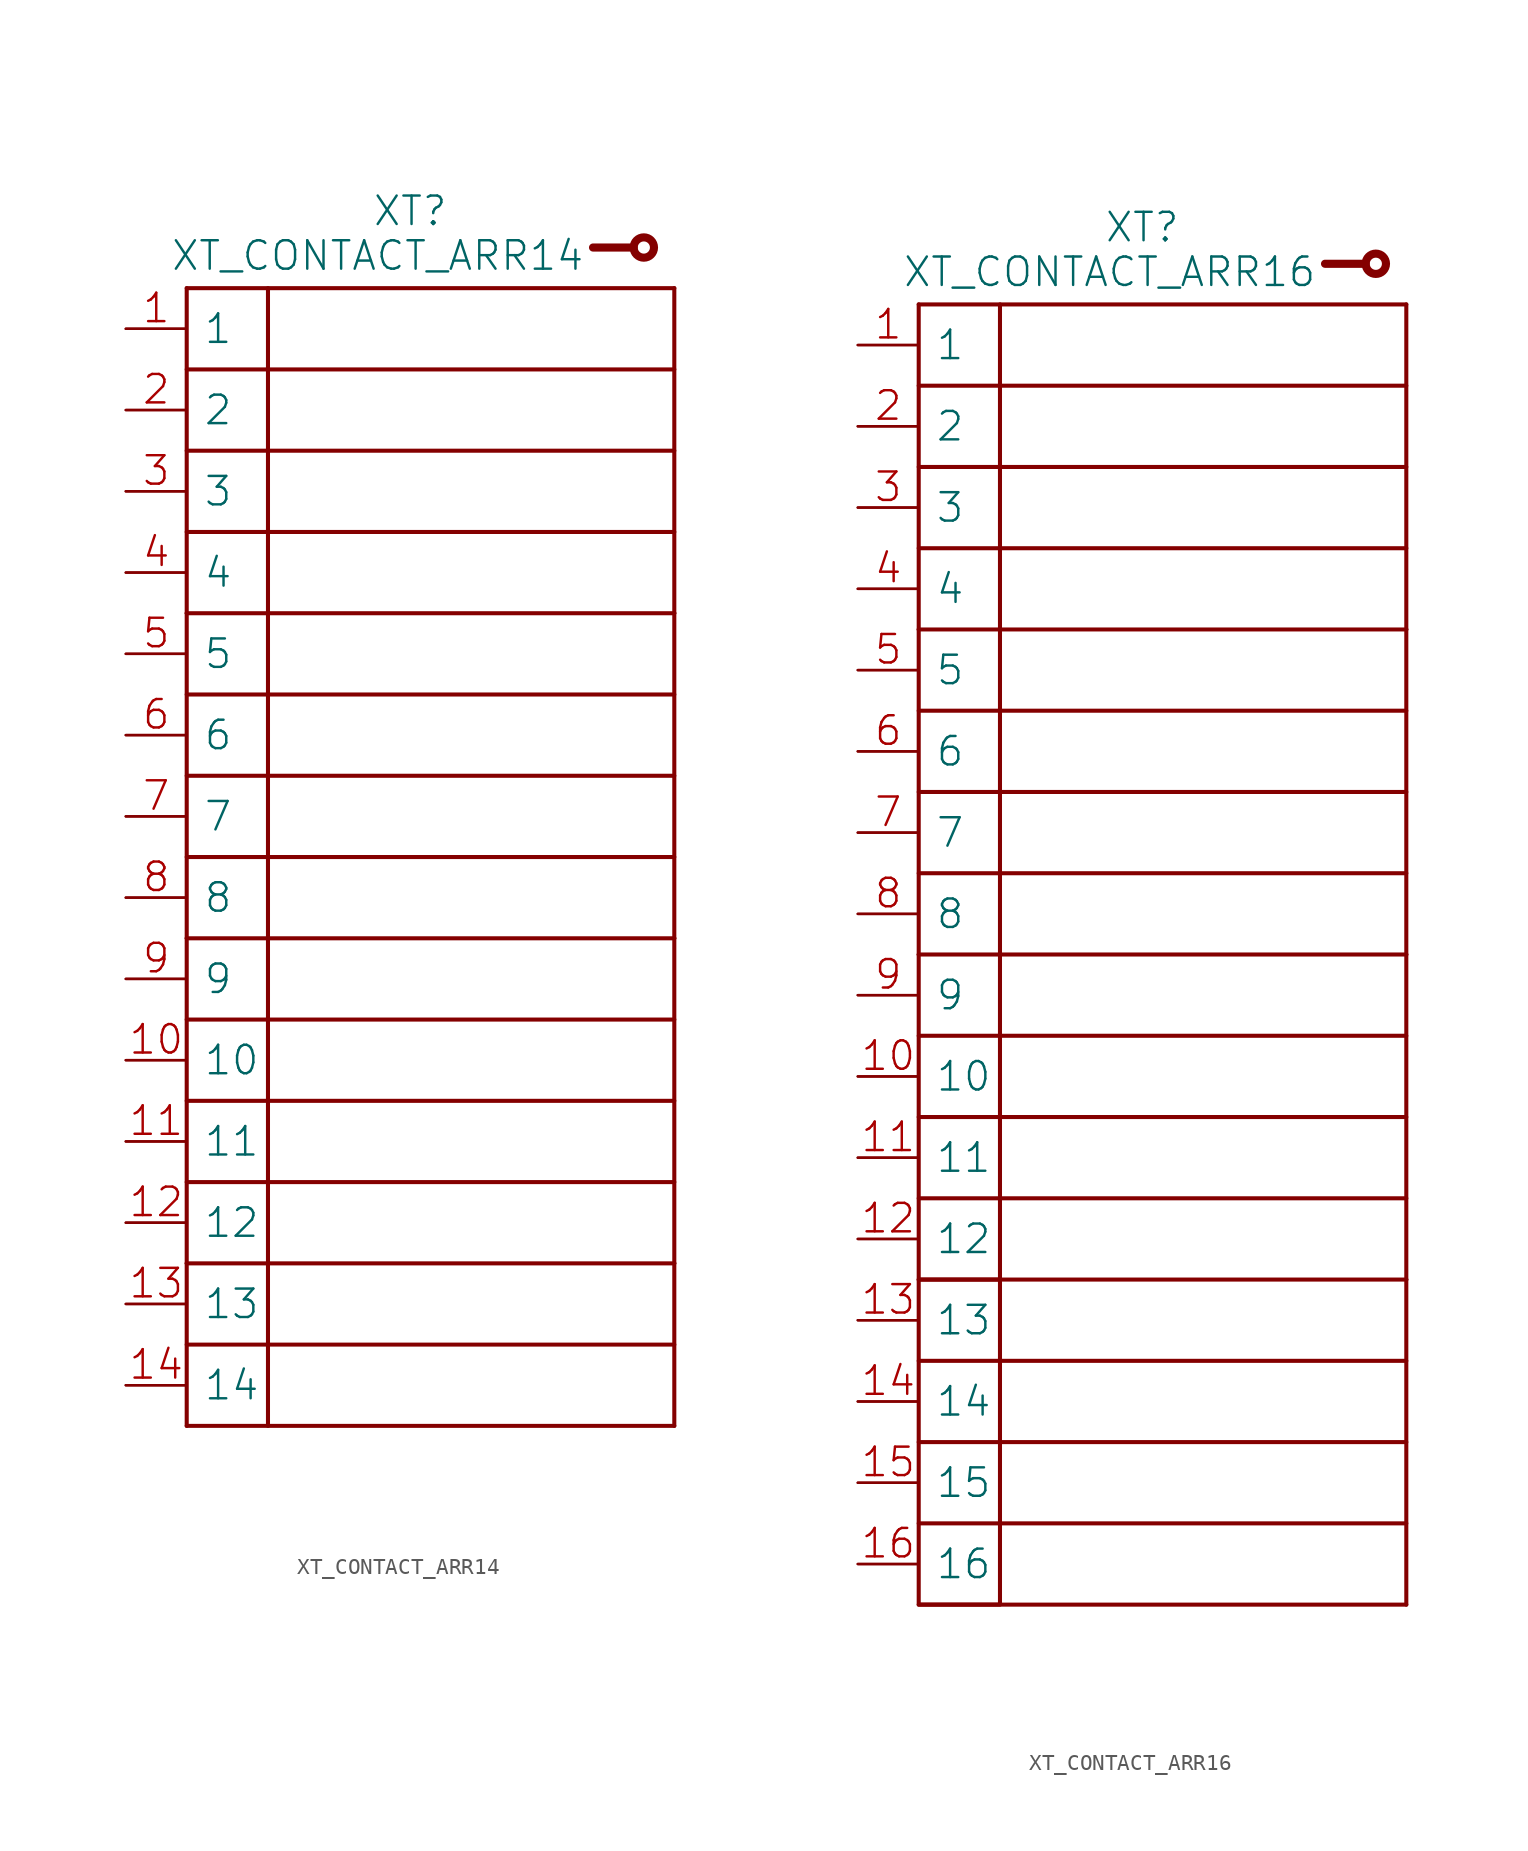
<source format=kicad_sym>
(kicad_symbol_lib
  (version 20211014)
  (generator kicad_symbol_editor)
  (symbol "XT_CONTACT_ARR14"
    (pin_names
      (offset 1.016))
    (property "Reference" "XT"
      (at 0 14.986 0)
      (effects (font (size 1.778 1.778))))
    (property "Value" "XT_CONTACT_ARR14"
      (at -2.032 12.192 0)
      (effects (font (size 1.778 1.778))))
    (symbol "XT_CONTACT_ARR14_0_1"
      (polyline (pts (xy -13.97 -50.8) (xy -13.97 -60.96)) (stroke (width 0.254) (type default) (color 0 0 0 0)) (fill (type none)))
      (polyline (pts (xy -8.89 -50.8) (xy -8.89 -60.96)) (stroke (width 0.254) (type default) (color 0 0 0 0)) (fill (type none)))
      (polyline (pts (xy 16.51 -60.96) (xy 16.51 -50.8)) (stroke (width 0.254) (type default) (color 0 0 0 0)) (fill (type none)))
      (pin passive line (at -17.78 2.54 0) (length 3.81) (name "2" (effects (font (size 1.778 1.778)))) (number "2" (effects (font (size 1.778 1.778))))))
    (symbol "XT_CONTACT_ARR14_1_1"
      (polyline (pts (xy -17.78 -58.42) (xy -13.97 -58.42)) (stroke (width 0) (type default) (color 0 0 0 0)) (fill (type none)))
      (polyline (pts (xy -17.78 -53.34) (xy -13.97 -53.34)) (stroke (width 0) (type default) (color 0 0 0 0)) (fill (type none)))
      (polyline (pts (xy -17.78 -48.26) (xy -13.97 -48.26)) (stroke (width 0) (type default) (color 0 0 0 0)) (fill (type none)))
      (polyline (pts (xy -17.78 -43.18) (xy -13.97 -43.18)) (stroke (width 0) (type default) (color 0 0 0 0)) (fill (type none)))
      (polyline (pts (xy -17.78 -38.1) (xy -13.97 -38.1)) (stroke (width 0) (type default) (color 0 0 0 0)) (fill (type none)))
      (polyline (pts (xy -17.78 -33.02) (xy -13.97 -33.02)) (stroke (width 0) (type default) (color 0 0 0 0)) (fill (type none)))
      (polyline (pts (xy -17.78 -27.94) (xy -13.97 -27.94)) (stroke (width 0) (type default) (color 0 0 0 0)) (fill (type none)))
      (polyline (pts (xy -17.78 -22.86) (xy -13.97 -22.86)) (stroke (width 0) (type default) (color 0 0 0 0)) (fill (type none)))
      (polyline (pts (xy -17.78 -17.78) (xy -13.97 -17.78)) (stroke (width 0) (type default) (color 0 0 0 0)) (fill (type none)))
      (polyline (pts (xy -17.78 -12.7) (xy -13.97 -12.7)) (stroke (width 0) (type default) (color 0 0 0 0)) (fill (type none)))
      (polyline (pts (xy -17.78 -7.62) (xy -13.97 -7.62)) (stroke (width 0) (type default) (color 0 0 0 0)) (fill (type none)))
      (polyline (pts (xy -17.78 -2.54) (xy -13.97 -2.54)) (stroke (width 0) (type default) (color 0 0 0 0)) (fill (type none)))
      (polyline (pts (xy -17.78 2.54) (xy -13.97 2.54)) (stroke (width 0) (type default) (color 0 0 0 0)) (fill (type none)))
      (polyline (pts (xy -17.78 7.62) (xy -13.97 7.62)) (stroke (width 0) (type default) (color 0 0 0 0)) (fill (type none)))
      (polyline (pts (xy -13.97 -60.96) (xy 16.51 -60.96)) (stroke (width 0.254) (type default) (color 0 0 0 0)) (fill (type none)))
      (polyline (pts (xy -13.97 -55.88) (xy 16.51 -55.88)) (stroke (width 0.254) (type default) (color 0 0 0 0)) (fill (type none)))
      (polyline (pts (xy -13.97 -50.8) (xy 16.51 -50.8)) (stroke (width 0.254) (type default) (color 0 0 0 0)) (fill (type none)))
      (polyline (pts (xy -13.97 -45.72) (xy 16.51 -45.72)) (stroke (width 0.254) (type default) (color 0 0 0 0)) (fill (type none)))
      (polyline (pts (xy -13.97 -40.64) (xy 16.51 -40.64)) (stroke (width 0.254) (type default) (color 0 0 0 0)) (fill (type none)))
      (polyline (pts (xy -13.97 -35.56) (xy 16.51 -35.56)) (stroke (width 0.254) (type default) (color 0 0 0 0)) (fill (type none)))
      (polyline (pts (xy -13.97 -30.48) (xy -13.97 -50.8)) (stroke (width 0.254) (type default) (color 0 0 0 0)) (fill (type none)))
      (polyline (pts (xy -13.97 -30.48) (xy 16.51 -30.48)) (stroke (width 0.254) (type default) (color 0 0 0 0)) (fill (type none)))
      (polyline (pts (xy -13.97 -25.4) (xy 16.51 -25.4)) (stroke (width 0.254) (type default) (color 0 0 0 0)) (fill (type none)))
      (polyline (pts (xy -13.97 -20.32) (xy 16.51 -20.32)) (stroke (width 0.254) (type default) (color 0 0 0 0)) (fill (type none)))
      (polyline (pts (xy -13.97 -15.24) (xy 16.51 -15.24)) (stroke (width 0.254) (type default) (color 0 0 0 0)) (fill (type none)))
      (polyline (pts (xy -13.97 -10.16) (xy -13.97 -30.48)) (stroke (width 0.254) (type default) (color 0 0 0 0)) (fill (type none)))
      (polyline (pts (xy -13.97 -10.16) (xy 16.51 -10.16)) (stroke (width 0.254) (type default) (color 0 0 0 0)) (fill (type none)))
      (polyline (pts (xy -13.97 -5.08) (xy 16.51 -5.08)) (stroke (width 0.254) (type default) (color 0 0 0 0)) (fill (type none)))
      (polyline (pts (xy -13.97 0) (xy 16.51 0)) (stroke (width 0.254) (type default) (color 0 0 0 0)) (fill (type none)))
      (polyline (pts (xy -13.97 5.08) (xy 16.51 5.08)) (stroke (width 0.254) (type default) (color 0 0 0 0)) (fill (type none)))
      (polyline (pts (xy -13.97 10.16) (xy -13.97 -10.16)) (stroke (width 0.254) (type default) (color 0 0 0 0)) (fill (type none)))
      (polyline (pts (xy -13.97 10.16) (xy 16.51 10.16)) (stroke (width 0.254) (type default) (color 0 0 0 0)) (fill (type none)))
      (polyline (pts (xy -8.89 -30.48) (xy -8.89 -50.8)) (stroke (width 0.254) (type default) (color 0 0 0 0)) (fill (type none)))
      (polyline (pts (xy -8.89 -10.16) (xy -8.89 -30.48)) (stroke (width 0.254) (type default) (color 0 0 0 0)) (fill (type none)))
      (polyline (pts (xy -8.89 10.16) (xy -8.89 -10.16)) (stroke (width 0.254) (type default) (color 0 0 0 0)) (fill (type none)))
      (polyline (pts (xy 13.97 12.7) (xy 11.43 12.7)) (stroke (width 0.508) (type default) (color 0 0 0 0)) (fill (type none)))
      (polyline (pts (xy 16.51 -30.48) (xy 16.51 -50.8)) (stroke (width 0.254) (type default) (color 0 0 0 0)) (fill (type none)))
      (polyline (pts (xy 16.51 -10.16) (xy 16.51 -30.48)) (stroke (width 0.254) (type default) (color 0 0 0 0)) (fill (type none)))
      (polyline (pts (xy 16.51 10.16) (xy 16.51 -10.16)) (stroke (width 0.254) (type default) (color 0 0 0 0)) (fill (type none)))
      (circle (center 14.605 12.7) (radius 0.635) (stroke (width 0.508) (type default) (color 0 0 0 0)) (fill (type none)))
      (pin passive line (at -17.78 7.62 0) (length 3.81) (name "1" (effects (font (size 1.778 1.778)))) (number "1" (effects (font (size 1.778 1.778)))))
      (pin passive line (at -17.78 -38.1 0) (length 3.81) (name "10" (effects (font (size 1.778 1.778)))) (number "10" (effects (font (size 1.778 1.778)))))
      (pin passive line (at -17.78 -43.18 0) (length 3.81) (name "11" (effects (font (size 1.778 1.778)))) (number "11" (effects (font (size 1.778 1.778)))))
      (pin passive line (at -17.78 -48.26 0) (length 3.81) (name "12" (effects (font (size 1.778 1.778)))) (number "12" (effects (font (size 1.778 1.778)))))
      (pin passive line (at -17.78 -53.34 0) (length 3.81) (name "13" (effects (font (size 1.778 1.778)))) (number "13" (effects (font (size 1.778 1.778)))))
      (pin passive line (at -17.78 -58.42 0) (length 3.81) (name "14" (effects (font (size 1.778 1.778)))) (number "14" (effects (font (size 1.778 1.778)))))
      (pin passive line (at -17.78 -2.54 0) (length 3.81) (name "3" (effects (font (size 1.778 1.778)))) (number "3" (effects (font (size 1.778 1.778)))))
      (pin passive line (at -17.78 -7.62 0) (length 3.81) (name "4" (effects (font (size 1.778 1.778)))) (number "4" (effects (font (size 1.778 1.778)))))
      (pin passive line (at -17.78 -12.7 0) (length 3.81) (name "5" (effects (font (size 1.778 1.778)))) (number "5" (effects (font (size 1.778 1.778)))))
      (pin passive line (at -17.78 -17.78 0) (length 3.81) (name "6" (effects (font (size 1.778 1.778)))) (number "6" (effects (font (size 1.778 1.778)))))
      (pin passive line (at -17.78 -22.86 0) (length 3.81) (name "7" (effects (font (size 1.778 1.778)))) (number "7" (effects (font (size 1.778 1.778)))))
      (pin passive line (at -17.78 -27.94 0) (length 3.81) (name "8" (effects (font (size 1.778 1.778)))) (number "8" (effects (font (size 1.778 1.778)))))
      (pin passive line (at -17.78 -33.02 0) (length 3.81) (name "9" (effects (font (size 1.778 1.778)))) (number "9" (effects (font (size 1.778 1.778)))))))
  (symbol "XT_CONTACT_ARR16"
    (pin_names
      (offset 1.016))
    (property "Reference" "XT"
      (at 0 14.986 0)
      (effects (font (size 1.778 1.778))))
    (property "Value" "XT_CONTACT_ARR16"
      (at -2.032 12.192 0)
      (effects (font (size 1.778 1.778))))
    (symbol "XT_CONTACT_ARR16_0_1"
      (rectangle (start -13.97 -50.8) (end -8.89 -71.12) (stroke (width 0.254) (type default) (color 0 0 0 0)) (fill (type none)))
      (polyline (pts (xy 16.51 -50.8) (xy 16.51 -71.12)) (stroke (width 0.254) (type default) (color 0 0 0 0)) (fill (type none)))
      (pin passive line (at -17.78 2.54 0) (length 3.81) (name "2" (effects (font (size 1.778 1.778)))) (number "2" (effects (font (size 1.778 1.778))))))
    (symbol "XT_CONTACT_ARR16_1_1"
      (polyline (pts (xy -17.78 -68.58) (xy -13.97 -68.58)) (stroke (width 0) (type default) (color 0 0 0 0)) (fill (type none)))
      (polyline (pts (xy -17.78 -63.5) (xy -13.97 -63.5)) (stroke (width 0) (type default) (color 0 0 0 0)) (fill (type none)))
      (polyline (pts (xy -17.78 -58.42) (xy -13.97 -58.42)) (stroke (width 0) (type default) (color 0 0 0 0)) (fill (type none)))
      (polyline (pts (xy -17.78 -53.34) (xy -13.97 -53.34)) (stroke (width 0) (type default) (color 0 0 0 0)) (fill (type none)))
      (polyline (pts (xy -17.78 -48.26) (xy -13.97 -48.26)) (stroke (width 0) (type default) (color 0 0 0 0)) (fill (type none)))
      (polyline (pts (xy -17.78 -43.18) (xy -13.97 -43.18)) (stroke (width 0) (type default) (color 0 0 0 0)) (fill (type none)))
      (polyline (pts (xy -17.78 -38.1) (xy -13.97 -38.1)) (stroke (width 0) (type default) (color 0 0 0 0)) (fill (type none)))
      (polyline (pts (xy -17.78 -33.02) (xy -13.97 -33.02)) (stroke (width 0) (type default) (color 0 0 0 0)) (fill (type none)))
      (polyline (pts (xy -17.78 -27.94) (xy -13.97 -27.94)) (stroke (width 0) (type default) (color 0 0 0 0)) (fill (type none)))
      (polyline (pts (xy -17.78 -22.86) (xy -13.97 -22.86)) (stroke (width 0) (type default) (color 0 0 0 0)) (fill (type none)))
      (polyline (pts (xy -17.78 -17.78) (xy -13.97 -17.78)) (stroke (width 0) (type default) (color 0 0 0 0)) (fill (type none)))
      (polyline (pts (xy -17.78 -12.7) (xy -13.97 -12.7)) (stroke (width 0) (type default) (color 0 0 0 0)) (fill (type none)))
      (polyline (pts (xy -17.78 -7.62) (xy -13.97 -7.62)) (stroke (width 0) (type default) (color 0 0 0 0)) (fill (type none)))
      (polyline (pts (xy -17.78 -2.54) (xy -13.97 -2.54)) (stroke (width 0) (type default) (color 0 0 0 0)) (fill (type none)))
      (polyline (pts (xy -17.78 2.54) (xy -13.97 2.54)) (stroke (width 0) (type default) (color 0 0 0 0)) (fill (type none)))
      (polyline (pts (xy -17.78 7.62) (xy -13.97 7.62)) (stroke (width 0) (type default) (color 0 0 0 0)) (fill (type none)))
      (polyline (pts (xy -13.97 -71.12) (xy 16.51 -71.12)) (stroke (width 0.254) (type default) (color 0 0 0 0)) (fill (type none)))
      (polyline (pts (xy -13.97 -66.04) (xy 16.51 -66.04)) (stroke (width 0.254) (type default) (color 0 0 0 0)) (fill (type none)))
      (polyline (pts (xy -13.97 -60.96) (xy 16.51 -60.96)) (stroke (width 0.254) (type default) (color 0 0 0 0)) (fill (type none)))
      (polyline (pts (xy -13.97 -55.88) (xy 16.51 -55.88)) (stroke (width 0.254) (type default) (color 0 0 0 0)) (fill (type none)))
      (polyline (pts (xy -13.97 -50.8) (xy 16.51 -50.8)) (stroke (width 0.254) (type default) (color 0 0 0 0)) (fill (type none)))
      (polyline (pts (xy -13.97 -45.72) (xy 16.51 -45.72)) (stroke (width 0.254) (type default) (color 0 0 0 0)) (fill (type none)))
      (polyline (pts (xy -13.97 -40.64) (xy 16.51 -40.64)) (stroke (width 0.254) (type default) (color 0 0 0 0)) (fill (type none)))
      (polyline (pts (xy -13.97 -35.56) (xy 16.51 -35.56)) (stroke (width 0.254) (type default) (color 0 0 0 0)) (fill (type none)))
      (polyline (pts (xy -13.97 -30.48) (xy -13.97 -50.8)) (stroke (width 0.254) (type default) (color 0 0 0 0)) (fill (type none)))
      (polyline (pts (xy -13.97 -30.48) (xy 16.51 -30.48)) (stroke (width 0.254) (type default) (color 0 0 0 0)) (fill (type none)))
      (polyline (pts (xy -13.97 -25.4) (xy 16.51 -25.4)) (stroke (width 0.254) (type default) (color 0 0 0 0)) (fill (type none)))
      (polyline (pts (xy -13.97 -20.32) (xy 16.51 -20.32)) (stroke (width 0.254) (type default) (color 0 0 0 0)) (fill (type none)))
      (polyline (pts (xy -13.97 -15.24) (xy 16.51 -15.24)) (stroke (width 0.254) (type default) (color 0 0 0 0)) (fill (type none)))
      (polyline (pts (xy -13.97 -10.16) (xy -13.97 -30.48)) (stroke (width 0.254) (type default) (color 0 0 0 0)) (fill (type none)))
      (polyline (pts (xy -13.97 -10.16) (xy 16.51 -10.16)) (stroke (width 0.254) (type default) (color 0 0 0 0)) (fill (type none)))
      (polyline (pts (xy -13.97 -5.08) (xy 16.51 -5.08)) (stroke (width 0.254) (type default) (color 0 0 0 0)) (fill (type none)))
      (polyline (pts (xy -13.97 0) (xy 16.51 0)) (stroke (width 0.254) (type default) (color 0 0 0 0)) (fill (type none)))
      (polyline (pts (xy -13.97 5.08) (xy 16.51 5.08)) (stroke (width 0.254) (type default) (color 0 0 0 0)) (fill (type none)))
      (polyline (pts (xy -13.97 10.16) (xy -13.97 -10.16)) (stroke (width 0.254) (type default) (color 0 0 0 0)) (fill (type none)))
      (polyline (pts (xy -13.97 10.16) (xy 16.51 10.16)) (stroke (width 0.254) (type default) (color 0 0 0 0)) (fill (type none)))
      (polyline (pts (xy -8.89 -30.48) (xy -8.89 -50.8)) (stroke (width 0.254) (type default) (color 0 0 0 0)) (fill (type none)))
      (polyline (pts (xy -8.89 -10.16) (xy -8.89 -30.48)) (stroke (width 0.254) (type default) (color 0 0 0 0)) (fill (type none)))
      (polyline (pts (xy -8.89 10.16) (xy -8.89 -10.16)) (stroke (width 0.254) (type default) (color 0 0 0 0)) (fill (type none)))
      (polyline (pts (xy 13.97 12.7) (xy 11.43 12.7)) (stroke (width 0.508) (type default) (color 0 0 0 0)) (fill (type none)))
      (polyline (pts (xy 16.51 -30.48) (xy 16.51 -50.8)) (stroke (width 0.254) (type default) (color 0 0 0 0)) (fill (type none)))
      (polyline (pts (xy 16.51 -10.16) (xy 16.51 -30.48)) (stroke (width 0.254) (type default) (color 0 0 0 0)) (fill (type none)))
      (polyline (pts (xy 16.51 10.16) (xy 16.51 -10.16)) (stroke (width 0.254) (type default) (color 0 0 0 0)) (fill (type none)))
      (circle (center 14.605 12.7) (radius 0.635) (stroke (width 0.508) (type default) (color 0 0 0 0)) (fill (type none)))
      (pin passive line (at -17.78 7.62 0) (length 3.81) (name "1" (effects (font (size 1.778 1.778)))) (number "1" (effects (font (size 1.778 1.778)))))
      (pin passive line (at -17.78 -38.1 0) (length 3.81) (name "10" (effects (font (size 1.778 1.778)))) (number "10" (effects (font (size 1.778 1.778)))))
      (pin passive line (at -17.78 -43.18 0) (length 3.81) (name "11" (effects (font (size 1.778 1.778)))) (number "11" (effects (font (size 1.778 1.778)))))
      (pin passive line (at -17.78 -48.26 0) (length 3.81) (name "12" (effects (font (size 1.778 1.778)))) (number "12" (effects (font (size 1.778 1.778)))))
      (pin passive line (at -17.78 -53.34 0) (length 3.81) (name "13" (effects (font (size 1.778 1.778)))) (number "13" (effects (font (size 1.778 1.778)))))
      (pin passive line (at -17.78 -58.42 0) (length 3.81) (name "14" (effects (font (size 1.778 1.778)))) (number "14" (effects (font (size 1.778 1.778)))))
      (pin passive line (at -17.78 -63.5 0) (length 3.81) (name "15" (effects (font (size 1.778 1.778)))) (number "15" (effects (font (size 1.778 1.778)))))
      (pin passive line (at -17.78 -68.58 0) (length 3.81) (name "16" (effects (font (size 1.778 1.778)))) (number "16" (effects (font (size 1.778 1.778)))))
      (pin passive line (at -17.78 -2.54 0) (length 3.81) (name "3" (effects (font (size 1.778 1.778)))) (number "3" (effects (font (size 1.778 1.778)))))
      (pin passive line (at -17.78 -7.62 0) (length 3.81) (name "4" (effects (font (size 1.778 1.778)))) (number "4" (effects (font (size 1.778 1.778)))))
      (pin passive line (at -17.78 -12.7 0) (length 3.81) (name "5" (effects (font (size 1.778 1.778)))) (number "5" (effects (font (size 1.778 1.778)))))
      (pin passive line (at -17.78 -17.78 0) (length 3.81) (name "6" (effects (font (size 1.778 1.778)))) (number "6" (effects (font (size 1.778 1.778)))))
      (pin passive line (at -17.78 -22.86 0) (length 3.81) (name "7" (effects (font (size 1.778 1.778)))) (number "7" (effects (font (size 1.778 1.778)))))
      (pin passive line (at -17.78 -27.94 0) (length 3.81) (name "8" (effects (font (size 1.778 1.778)))) (number "8" (effects (font (size 1.778 1.778)))))
      (pin passive line (at -17.78 -33.02 0) (length 3.81) (name "9" (effects (font (size 1.778 1.778)))) (number "9" (effects (font (size 1.778 1.778))))))))
</source>
